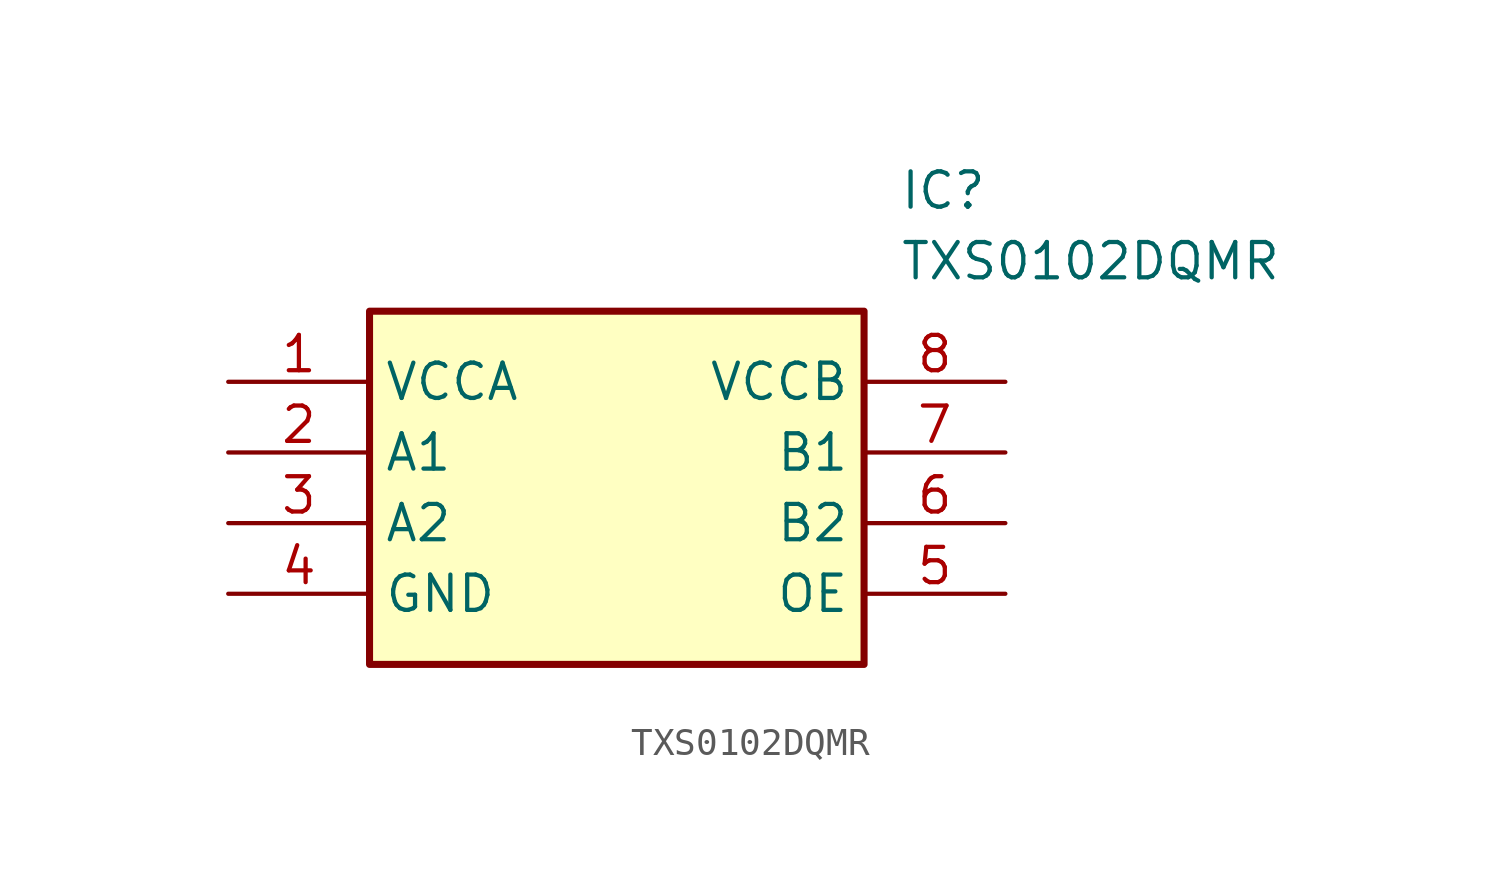
<source format=kicad_sym>
(kicad_symbol_lib
  (version 20211014)
  (generator SamacSys_ECAD_Model)
  (symbol "TXS0102DQMR"
    (property "Reference" "IC"
      (at 24.13 7.62 0)
      (effects (font (size 1.27 1.27)) (justify left top)))
    (property "Value" "TXS0102DQMR"
      (at 24.13 5.08 0)
      (effects (font (size 1.27 1.27)) (justify left top)))
    (rectangle
      (start 5.08 2.54)
      (end 22.86 -10.16)
      (stroke (width 0.254) (type default))
      (fill (type background)))
    (pin passive line
      (at 0 0 0)
      (length 5.08)
      (name "VCCA" (effects (font (size 1.27 1.27))))
      (number "1" (effects (font (size 1.27 1.27)))))
    (pin passive line
      (at 0 -2.54 0)
      (length 5.08)
      (name "A1" (effects (font (size 1.27 1.27))))
      (number "2" (effects (font (size 1.27 1.27)))))
    (pin passive line
      (at 0 -5.08 0)
      (length 5.08)
      (name "A2" (effects (font (size 1.27 1.27))))
      (number "3" (effects (font (size 1.27 1.27)))))
    (pin passive line
      (at 0 -7.62 0)
      (length 5.08)
      (name "GND" (effects (font (size 1.27 1.27))))
      (number "4" (effects (font (size 1.27 1.27)))))
    (pin passive line
      (at 27.94 0 180)
      (length 5.08)
      (name "VCCB" (effects (font (size 1.27 1.27))))
      (number "8" (effects (font (size 1.27 1.27)))))
    (pin passive line
      (at 27.94 -2.54 180)
      (length 5.08)
      (name "B1" (effects (font (size 1.27 1.27))))
      (number "7" (effects (font (size 1.27 1.27)))))
    (pin passive line
      (at 27.94 -5.08 180)
      (length 5.08)
      (name "B2" (effects (font (size 1.27 1.27))))
      (number "6" (effects (font (size 1.27 1.27)))))
    (pin passive line
      (at 27.94 -7.62 180)
      (length 5.08)
      (name "OE" (effects (font (size 1.27 1.27))))
      (number "5" (effects (font (size 1.27 1.27)))))))
</source>
